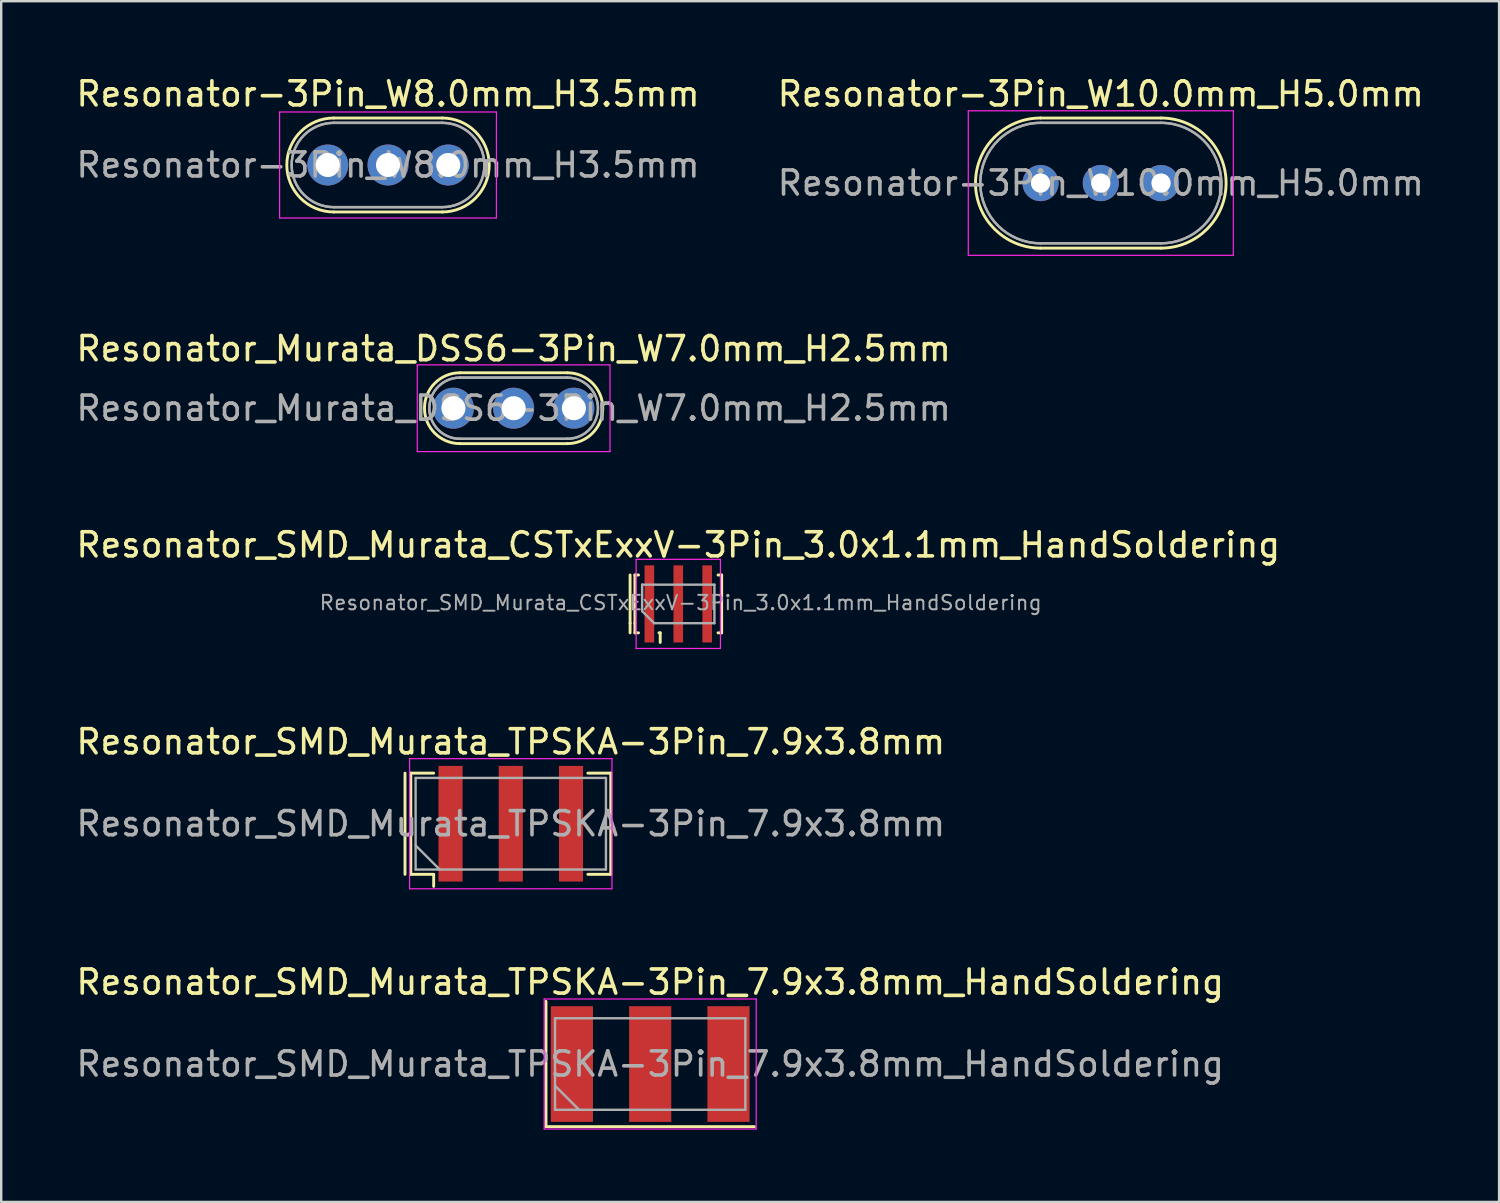
<source format=kicad_pcb>
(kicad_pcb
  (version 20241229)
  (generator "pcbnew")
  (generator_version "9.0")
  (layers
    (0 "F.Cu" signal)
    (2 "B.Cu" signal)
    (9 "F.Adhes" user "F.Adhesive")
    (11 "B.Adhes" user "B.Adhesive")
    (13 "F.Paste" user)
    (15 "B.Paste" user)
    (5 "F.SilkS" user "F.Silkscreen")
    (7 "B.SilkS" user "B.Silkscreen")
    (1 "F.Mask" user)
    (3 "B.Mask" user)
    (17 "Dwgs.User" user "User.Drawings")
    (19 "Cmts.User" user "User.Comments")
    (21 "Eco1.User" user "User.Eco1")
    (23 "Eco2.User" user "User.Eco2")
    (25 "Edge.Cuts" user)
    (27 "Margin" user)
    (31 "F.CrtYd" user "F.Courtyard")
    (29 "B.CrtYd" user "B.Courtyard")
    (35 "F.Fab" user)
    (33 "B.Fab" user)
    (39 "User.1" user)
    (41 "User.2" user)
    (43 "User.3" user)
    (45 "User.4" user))
  (footprint "Resonator-3Pin_W8.0mm_H3.5mm"
    (layer "F.Cu")
    (at 10.554 3.798)
    (property "Reference" "Resonator-3Pin_W8.0mm_H3.5mm" (at 2.5 -2.95 0) (layer "F.SilkS") (effects (font (size 1 1) (thickness 0.15))))
    (attr through_hole)
    (fp_line (start 0.25 -1.95) (end 4.75 -1.95) (stroke (width 0.12) (type solid)) (layer "F.SilkS"))
    (fp_line (start 0.25 1.95) (end 4.75 1.95) (stroke (width 0.12) (type solid)) (layer "F.SilkS"))
    (fp_arc (start 0.25 1.95) (mid -1.7 0) (end 0.25 -1.95) (stroke (width 0.12) (type solid)) (layer "F.SilkS"))
    (fp_arc (start 4.75 -1.95) (mid 6.7 0) (end 4.75 1.95) (stroke (width 0.12) (type solid)) (layer "F.SilkS"))
    (fp_line (start -2 -2.2) (end -2 2.2) (stroke (width 0.05) (type solid)) (layer "F.CrtYd"))
    (fp_line (start -2 2.2) (end 7 2.2) (stroke (width 0.05) (type solid)) (layer "F.CrtYd"))
    (fp_line (start 7 -2.2) (end -2 -2.2) (stroke (width 0.05) (type solid)) (layer "F.CrtYd"))
    (fp_line (start 7 2.2) (end 7 -2.2) (stroke (width 0.05) (type solid)) (layer "F.CrtYd"))
    (fp_line (start 0.25 -1.75) (end 4.75 -1.75) (stroke (width 0.1) (type solid)) (layer "F.Fab"))
    (fp_line (start 0.25 -1.75) (end 4.75 -1.75) (stroke (width 0.1) (type solid)) (layer "F.Fab"))
    (fp_line (start 0.25 1.75) (end 4.75 1.75) (stroke (width 0.1) (type solid)) (layer "F.Fab"))
    (fp_line (start 0.25 1.75) (end 4.75 1.75) (stroke (width 0.1) (type solid)) (layer "F.Fab"))
    (fp_arc (start 0.25 1.75) (mid -1.5 0) (end 0.25 -1.75) (stroke (width 0.1) (type solid)) (layer "F.Fab"))
    (fp_arc (start 0.25 1.75) (mid -1.5 0) (end 0.25 -1.75) (stroke (width 0.1) (type solid)) (layer "F.Fab"))
    (fp_arc (start 4.75 -1.75) (mid 6.5 0) (end 4.75 1.75) (stroke (width 0.1) (type solid)) (layer "F.Fab"))
    (fp_arc (start 4.75 -1.75) (mid 6.5 0) (end 4.75 1.75) (stroke (width 0.1) (type solid)) (layer "F.Fab"))
    (fp_text user "${REFERENCE}" (at 2.5 0 0) (layer "F.Fab") (effects (font (size 1 1) (thickness 0.15))))
    (pad "1" thru_hole circle (at 0 0) (size 1.7 1.7) (drill 1) (layers "*.Cu" "*.Mask"))
    (pad "2" thru_hole circle (at 2.5 0) (size 1.7 1.7) (drill 1) (layers "*.Cu" "*.Mask"))
    (pad "3" thru_hole circle (at 5 0) (size 1.7 1.7) (drill 1) (layers "*.Cu" "*.Mask")))
  (footprint "Resonator_SMD_Murata_CSTxExxV-3Pin_3.0x1.1mm_HandSoldering"
    (layer "F.Cu")
    (at 25.101 22.015)
    (property "Reference" "Resonator_SMD_Murata_CSTxExxV-3Pin_3.0x1.1mm_HandSoldering" (at 0 -2.45 0) (layer "F.SilkS") (effects (font (size 1 1) (thickness 0.15))))
    (attr smd)
    (fp_line (start -2 -1.2) (end -2 0.8) (stroke (width 0.12) (type solid)) (layer "F.SilkS"))
    (fp_line (start -2 0.8) (end -2 1.2) (stroke (width 0.12) (type solid)) (layer "F.SilkS"))
    (fp_line (start -1.8 -1.2) (end -1.65 -1.2) (stroke (width 0.12) (type solid)) (layer "F.SilkS"))
    (fp_line (start -1.8 0.8) (end -1.8 -1.2) (stroke (width 0.12) (type solid)) (layer "F.SilkS"))
    (fp_line (start -1.8 0.8) (end -1.8 1.2) (stroke (width 0.12) (type solid)) (layer "F.SilkS"))
    (fp_line (start -1.8 1.2) (end -1.65 1.2) (stroke (width 0.12) (type solid)) (layer "F.SilkS"))
    (fp_line (start -0.75 1.2) (end -0.8 1.2) (stroke (width 0.12) (type solid)) (layer "F.SilkS"))
    (fp_line (start -0.75 1.2) (end -0.75 1.6) (stroke (width 0.12) (type solid)) (layer "F.SilkS"))
    (fp_line (start 1.8 -1.2) (end 1.65 -1.2) (stroke (width 0.12) (type solid)) (layer "F.SilkS"))
    (fp_line (start 1.8 -1.2) (end 1.8 0.8) (stroke (width 0.12) (type solid)) (layer "F.SilkS"))
    (fp_line (start 1.8 0.8) (end 1.8 1.2) (stroke (width 0.12) (type solid)) (layer "F.SilkS"))
    (fp_line (start 1.8 1.2) (end 1.65 1.2) (stroke (width 0.12) (type solid)) (layer "F.SilkS"))
    (fp_line (start -1.75 -1.85) (end 1.75 -1.85) (stroke (width 0.05) (type solid)) (layer "F.CrtYd"))
    (fp_line (start -1.75 1.85) (end -1.75 -1.85) (stroke (width 0.05) (type solid)) (layer "F.CrtYd"))
    (fp_line (start 1.75 -1.85) (end 1.75 1.85) (stroke (width 0.05) (type solid)) (layer "F.CrtYd"))
    (fp_line (start 1.75 1.85) (end -1.75 1.85) (stroke (width 0.05) (type solid)) (layer "F.CrtYd"))
    (fp_line (start -1.5 0.3) (end -1.5 -0.8) (stroke (width 0.1) (type solid)) (layer "F.Fab"))
    (fp_line (start -1 0.8) (end -1.5 0.3) (stroke (width 0.1) (type solid)) (layer "F.Fab"))
    (fp_line (start -1 0.8) (end 1.5 0.8) (stroke (width 0.1) (type solid)) (layer "F.Fab"))
    (fp_line (start 1.5 -0.8) (end -1.5 -0.8) (stroke (width 0.1) (type solid)) (layer "F.Fab"))
    (fp_line (start 1.5 0.8) (end 1.5 -0.8) (stroke (width 0.1) (type solid)) (layer "F.Fab"))
    (fp_text user "${REFERENCE}" (at 0.1 -0.05 0) (layer "F.Fab") (effects (font (size 0.6 0.6) (thickness 0.08))))
    (pad "1" smd rect (at -1.2 0) (size 0.4 3.2) (layers "F.Cu" "F.Mask" "F.Paste"))
    (pad "2" smd rect (at 0 0) (size 0.4 3.2) (layers "F.Cu" "F.Mask" "F.Paste"))
    (pad "3" smd rect (at 1.2 0) (size 0.4 3.2) (layers "F.Cu" "F.Mask" "F.Paste")))
  (footprint "Resonator-3Pin_W10.0mm_H5.0mm"
    (layer "F.Cu")
    (at 40.137 4.548)
    (property "Reference" "Resonator-3Pin_W10.0mm_H5.0mm" (at 2.5 -3.7 0) (layer "F.SilkS") (effects (font (size 1 1) (thickness 0.15))))
    (attr through_hole)
    (fp_line (start 0 -2.7) (end 5 -2.7) (stroke (width 0.12) (type solid)) (layer "F.SilkS"))
    (fp_line (start 0 2.7) (end 5 2.7) (stroke (width 0.12) (type solid)) (layer "F.SilkS"))
    (fp_arc (start 0 2.7) (mid -2.7 0) (end 0 -2.7) (stroke (width 0.12) (type solid)) (layer "F.SilkS"))
    (fp_arc (start 5 -2.7) (mid 7.7 0) (end 5 2.7) (stroke (width 0.12) (type solid)) (layer "F.SilkS"))
    (fp_line (start -3 -3) (end -3 3) (stroke (width 0.05) (type solid)) (layer "F.CrtYd"))
    (fp_line (start -3 3) (end 8 3) (stroke (width 0.05) (type solid)) (layer "F.CrtYd"))
    (fp_line (start 8 -3) (end -3 -3) (stroke (width 0.05) (type solid)) (layer "F.CrtYd"))
    (fp_line (start 8 3) (end 8 -3) (stroke (width 0.05) (type solid)) (layer "F.CrtYd"))
    (fp_line (start 0 -2.5) (end 5 -2.5) (stroke (width 0.1) (type solid)) (layer "F.Fab"))
    (fp_line (start 0 -2.5) (end 5 -2.5) (stroke (width 0.1) (type solid)) (layer "F.Fab"))
    (fp_line (start 0 2.5) (end 5 2.5) (stroke (width 0.1) (type solid)) (layer "F.Fab"))
    (fp_line (start 0 2.5) (end 5 2.5) (stroke (width 0.1) (type solid)) (layer "F.Fab"))
    (fp_arc (start 0 2.5) (mid -2.5 0) (end 0 -2.5) (stroke (width 0.1) (type solid)) (layer "F.Fab"))
    (fp_arc (start 0 2.5) (mid -2.5 0) (end 0 -2.5) (stroke (width 0.1) (type solid)) (layer "F.Fab"))
    (fp_arc (start 5 -2.5) (mid 7.5 0) (end 5 2.5) (stroke (width 0.1) (type solid)) (layer "F.Fab"))
    (fp_arc (start 5 -2.5) (mid 7.5 0) (end 5 2.5) (stroke (width 0.1) (type solid)) (layer "F.Fab"))
    (fp_text user "${REFERENCE}" (at 2.5 0 0) (layer "F.Fab") (effects (font (size 1 1) (thickness 0.15))))
    (pad "1" thru_hole circle (at 0 0) (size 1.5 1.5) (drill 0.8) (layers "*.Cu" "*.Mask"))
    (pad "2" thru_hole circle (at 2.5 0) (size 1.5 1.5) (drill 0.8) (layers "*.Cu" "*.Mask"))
    (pad "3" thru_hole circle (at 5 0) (size 1.5 1.5) (drill 0.8) (layers "*.Cu" "*.Mask")))
  (footprint "Resonator_SMD_Murata_TPSKA-3Pin_7.9x3.8mm"
    (layer "F.Cu")
    (at 18.149 31.138)
    (property "Reference" "Resonator_SMD_Murata_TPSKA-3Pin_7.9x3.8mm" (at 0 -3.4 0) (layer "F.SilkS") (effects (font (size 1 1) (thickness 0.15))))
    (attr smd)
    (fp_line (start -4.39 -2.1) (end -4.39 2.1) (stroke (width 0.12) (type solid)) (layer "F.SilkS"))
    (fp_line (start -4.15 -2.1) (end -3.2 -2.1) (stroke (width 0.12) (type solid)) (layer "F.SilkS"))
    (fp_line (start -4.15 2.1) (end -4.15 -2.1) (stroke (width 0.12) (type solid)) (layer "F.SilkS"))
    (fp_line (start -3.2 2.1) (end -4.15 2.1) (stroke (width 0.12) (type solid)) (layer "F.SilkS"))
    (fp_line (start -3.2 2.6) (end -3.2 2.1) (stroke (width 0.12) (type solid)) (layer "F.SilkS"))
    (fp_line (start 3.2 -2.1) (end 4.15 -2.1) (stroke (width 0.12) (type solid)) (layer "F.SilkS"))
    (fp_line (start 4.15 -2.1) (end 4.15 2.1) (stroke (width 0.12) (type solid)) (layer "F.SilkS"))
    (fp_line (start 4.15 2.1) (end 3.2 2.1) (stroke (width 0.12) (type solid)) (layer "F.SilkS"))
    (fp_line (start -4.2 -2.7) (end -4.2 2.7) (stroke (width 0.05) (type solid)) (layer "F.CrtYd"))
    (fp_line (start -4.2 2.7) (end 4.2 2.7) (stroke (width 0.05) (type solid)) (layer "F.CrtYd"))
    (fp_line (start 4.2 -2.7) (end -4.2 -2.7) (stroke (width 0.05) (type solid)) (layer "F.CrtYd"))
    (fp_line (start 4.2 2.7) (end 4.2 -2.7) (stroke (width 0.05) (type solid)) (layer "F.CrtYd"))
    (fp_line (start -3.95 -1.9) (end -3.95 1.9) (stroke (width 0.1) (type solid)) (layer "F.Fab"))
    (fp_line (start -3.95 0.9) (end -2.95 1.9) (stroke (width 0.1) (type solid)) (layer "F.Fab"))
    (fp_line (start -3.95 1.9) (end 3.95 1.9) (stroke (width 0.1) (type solid)) (layer "F.Fab"))
    (fp_line (start 3.95 -1.9) (end -3.95 -1.9) (stroke (width 0.1) (type solid)) (layer "F.Fab"))
    (fp_line (start 3.95 1.9) (end 3.95 -1.9) (stroke (width 0.1) (type solid)) (layer "F.Fab"))
    (fp_text user "${REFERENCE}" (at 0 0 0) (layer "F.Fab") (effects (font (size 1 1) (thickness 0.15))))
    (pad "1" smd rect (at -2.5 0) (size 1 4.8) (layers "F.Cu" "F.Mask" "F.Paste"))
    (pad "2" smd rect (at 0 0) (size 1 4.8) (layers "F.Cu" "F.Mask" "F.Paste"))
    (pad "3" smd rect (at 2.5 0) (size 1 4.8) (layers "F.Cu" "F.Mask" "F.Paste")))
  (footprint "Resonator_Murata_DSS6-3Pin_W7.0mm_H2.5mm"
    (layer "F.Cu")
    (at 15.768 13.892)
    (property "Reference" "Resonator_Murata_DSS6-3Pin_W7.0mm_H2.5mm" (at 2.5 -2.47 0) (layer "F.SilkS") (effects (font (size 1 1) (thickness 0.15))))
    (attr through_hole)
    (fp_line (start 0.27 -1.47) (end 4.73 -1.47) (stroke (width 0.12) (type solid)) (layer "F.SilkS"))
    (fp_line (start 0.27 1.47) (end 4.73 1.47) (stroke (width 0.12) (type solid)) (layer "F.SilkS"))
    (fp_arc (start 0.27 1.47) (mid -1.2 0) (end 0.27 -1.47) (stroke (width 0.12) (type solid)) (layer "F.SilkS"))
    (fp_arc (start 4.73 -1.47) (mid 6.2 0) (end 4.73 1.47) (stroke (width 0.12) (type solid)) (layer "F.SilkS"))
    (fp_line (start -1.5 -1.8) (end -1.5 1.8) (stroke (width 0.05) (type solid)) (layer "F.CrtYd"))
    (fp_line (start -1.5 1.8) (end 6.5 1.8) (stroke (width 0.05) (type solid)) (layer "F.CrtYd"))
    (fp_line (start 6.5 -1.8) (end -1.5 -1.8) (stroke (width 0.05) (type solid)) (layer "F.CrtYd"))
    (fp_line (start 6.5 1.8) (end 6.5 -1.8) (stroke (width 0.05) (type solid)) (layer "F.CrtYd"))
    (fp_line (start 0.27 -1.27) (end 4.73 -1.27) (stroke (width 0.1) (type solid)) (layer "F.Fab"))
    (fp_line (start 0.27 -1.27) (end 4.73 -1.27) (stroke (width 0.1) (type solid)) (layer "F.Fab"))
    (fp_line (start 0.27 1.27) (end 4.73 1.27) (stroke (width 0.1) (type solid)) (layer "F.Fab"))
    (fp_line (start 0.27 1.27) (end 4.73 1.27) (stroke (width 0.1) (type solid)) (layer "F.Fab"))
    (fp_arc (start 0.27 1.27) (mid -1 0) (end 0.27 -1.27) (stroke (width 0.1) (type solid)) (layer "F.Fab"))
    (fp_arc (start 0.27 1.27) (mid -1 0) (end 0.27 -1.27) (stroke (width 0.1) (type solid)) (layer "F.Fab"))
    (fp_arc (start 4.73 -1.27) (mid 6 0) (end 4.73 1.27) (stroke (width 0.1) (type solid)) (layer "F.Fab"))
    (fp_arc (start 4.73 -1.27) (mid 6 0) (end 4.73 1.27) (stroke (width 0.1) (type solid)) (layer "F.Fab"))
    (fp_text user "${REFERENCE}" (at 2.5 0 0) (layer "F.Fab") (effects (font (size 1 1) (thickness 0.15))))
    (pad "1" thru_hole circle (at 0 0) (size 1.7 1.7) (drill 1) (layers "*.Cu" "*.Mask"))
    (pad "2" thru_hole circle (at 2.5 0) (size 1.7 1.7) (drill 1) (layers "*.Cu" "*.Mask"))
    (pad "3" thru_hole circle (at 5 0) (size 1.7 1.7) (drill 1) (layers "*.Cu" "*.Mask")))
  (footprint "Resonator_SMD_Murata_TPSKA-3Pin_7.9x3.8mm_HandSoldering"
    (layer "F.Cu")
    (at 23.935 41.111)
    (property "Reference" "Resonator_SMD_Murata_TPSKA-3Pin_7.9x3.8mm_HandSoldering" (at 0 -3.4 0) (layer "F.SilkS") (effects (font (size 1 1) (thickness 0.15))))
    (attr smd)
    (fp_line (start -4.325 -2.6) (end -4.325 2.6) (stroke (width 0.12) (type solid)) (layer "F.SilkS"))
    (fp_line (start -4.325 2.6) (end 4.325 2.6) (stroke (width 0.12) (type solid)) (layer "F.SilkS"))
    (fp_line (start -4.4 -2.7) (end -4.4 2.7) (stroke (width 0.05) (type solid)) (layer "F.CrtYd"))
    (fp_line (start -4.4 2.7) (end 4.4 2.7) (stroke (width 0.05) (type solid)) (layer "F.CrtYd"))
    (fp_line (start 4.4 -2.7) (end -4.4 -2.7) (stroke (width 0.05) (type solid)) (layer "F.CrtYd"))
    (fp_line (start 4.4 2.7) (end 4.4 -2.7) (stroke (width 0.05) (type solid)) (layer "F.CrtYd"))
    (fp_line (start -3.95 -1.9) (end -3.95 1.9) (stroke (width 0.1) (type solid)) (layer "F.Fab"))
    (fp_line (start -3.95 0.9) (end -2.95 1.9) (stroke (width 0.1) (type solid)) (layer "F.Fab"))
    (fp_line (start -3.95 1.9) (end 3.95 1.9) (stroke (width 0.1) (type solid)) (layer "F.Fab"))
    (fp_line (start 3.95 -1.9) (end -3.95 -1.9) (stroke (width 0.1) (type solid)) (layer "F.Fab"))
    (fp_line (start 3.95 1.9) (end 3.95 -1.9) (stroke (width 0.1) (type solid)) (layer "F.Fab"))
    (fp_text user "${REFERENCE}" (at 0 0 0) (layer "F.Fab") (effects (font (size 1 1) (thickness 0.15))))
    (pad "1" smd rect (at -3.25 0) (size 1.75 4.8) (layers "F.Cu" "F.Mask" "F.Paste"))
    (pad "2" smd rect (at 0 0) (size 1.75 4.8) (layers "F.Cu" "F.Mask" "F.Paste"))
    (pad "3" smd rect (at 3.25 0) (size 1.75 4.8) (layers "F.Cu" "F.Mask" "F.Paste")))
  (gr_rect
    (start -3 -3)
    (end 59.167 46.836)
    (stroke (width 0.1) (type default))
    (fill no)
    (layer "Edge.Cuts")))
</source>
